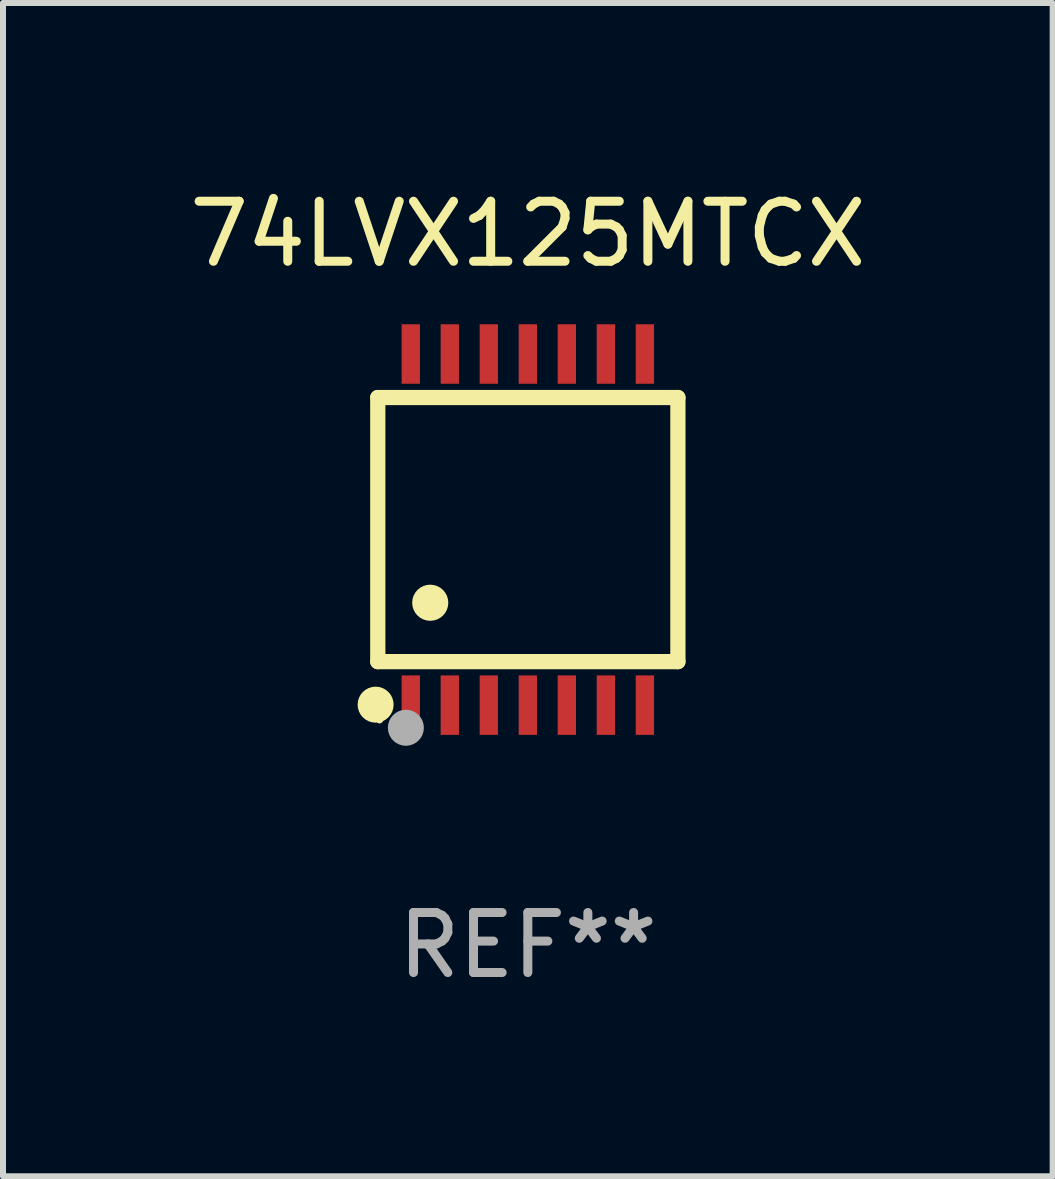
<source format=kicad_pcb>
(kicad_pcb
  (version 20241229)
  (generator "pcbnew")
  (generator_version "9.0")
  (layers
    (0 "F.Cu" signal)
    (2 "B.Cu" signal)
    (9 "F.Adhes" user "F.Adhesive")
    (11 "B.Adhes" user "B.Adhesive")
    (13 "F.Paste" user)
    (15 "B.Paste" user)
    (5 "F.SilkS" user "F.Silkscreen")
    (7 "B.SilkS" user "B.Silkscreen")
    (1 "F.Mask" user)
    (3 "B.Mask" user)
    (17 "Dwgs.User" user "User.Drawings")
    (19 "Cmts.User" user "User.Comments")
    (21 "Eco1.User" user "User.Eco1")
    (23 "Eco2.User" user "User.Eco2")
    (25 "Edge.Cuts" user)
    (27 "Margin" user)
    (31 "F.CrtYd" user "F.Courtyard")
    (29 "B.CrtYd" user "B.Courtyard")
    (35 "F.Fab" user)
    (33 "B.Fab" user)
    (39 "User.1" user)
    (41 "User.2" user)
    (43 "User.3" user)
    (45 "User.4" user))
  (footprint "74LVX125MTCX"
    (layer "F.Cu")
    (at 5.744 5.773)
    (property "Reference" "74LVX125MTCX" (at 0 -4.925 0) (layer "F.SilkS") (effects (font (size 1 1) (thickness 0.15))))
    (attr through_hole)
    (fp_line (start -2.5 2.2) (end -2.5 -2.2) (stroke (width 0.254) (type solid)) (layer "F.SilkS"))
    (fp_line (start -2.5 2.2) (end 2.5 2.2) (stroke (width 0.254) (type solid)) (layer "F.SilkS"))
    (fp_line (start 2.5 -2.2) (end -2.5 -2.2) (stroke (width 0.254) (type solid)) (layer "F.SilkS"))
    (fp_line (start 2.5 -2.2) (end 2.5 2.2) (stroke (width 0.254) (type solid)) (layer "F.SilkS"))
    (fp_circle (center -2.536 2.917) (end -2.386 2.917) (stroke (width 0.3) (type solid)) (fill no) (layer "F.SilkS"))
    (fp_circle (center -2.47 3.17) (end -2.44 3.17) (stroke (width 0.06) (type solid)) (fill no) (layer "F.SilkS"))
    (fp_circle (center -1.626 1.219) (end -1.475 1.219) (stroke (width 0.3) (type solid)) (fill no) (layer "F.SilkS"))
    (fp_circle (center -2.032 3.302) (end -1.882 3.302) (stroke (width 0.3) (type solid)) (fill no) (layer "F.Fab"))
    (fp_text user "REF**" (at 0 6.925 0) (layer "F.Fab") (effects (font (size 1 1) (thickness 0.15))))
    (pad "1" smd rect (at -1.95 2.925) (size 0.305 0.991) (layers "F.Cu" "F.Mask" "F.Paste"))
    (pad "2" smd rect (at -1.3 2.925) (size 0.305 0.991) (layers "F.Cu" "F.Mask" "F.Paste"))
    (pad "3" smd rect (at -0.65 2.925) (size 0.305 0.991) (layers "F.Cu" "F.Mask" "F.Paste"))
    (pad "4" smd rect (at 0 2.925) (size 0.305 0.991) (layers "F.Cu" "F.Mask" "F.Paste"))
    (pad "5" smd rect (at 0.65 2.925) (size 0.305 0.991) (layers "F.Cu" "F.Mask" "F.Paste"))
    (pad "6" smd rect (at 1.3 2.925) (size 0.305 0.991) (layers "F.Cu" "F.Mask" "F.Paste"))
    (pad "7" smd rect (at 1.95 2.925) (size 0.305 0.991) (layers "F.Cu" "F.Mask" "F.Paste"))
    (pad "8" smd rect (at 1.95 -2.925) (size 0.305 0.991) (layers "F.Cu" "F.Mask" "F.Paste"))
    (pad "9" smd rect (at 1.3 -2.925) (size 0.305 0.991) (layers "F.Cu" "F.Mask" "F.Paste"))
    (pad "10" smd rect (at 0.65 -2.925) (size 0.305 0.991) (layers "F.Cu" "F.Mask" "F.Paste"))
    (pad "11" smd rect (at 0 -2.925) (size 0.305 0.991) (layers "F.Cu" "F.Mask" "F.Paste"))
    (pad "12" smd rect (at -0.65 -2.925) (size 0.305 0.991) (layers "F.Cu" "F.Mask" "F.Paste"))
    (pad "13" smd rect (at -1.3 -2.925) (size 0.305 0.991) (layers "F.Cu" "F.Mask" "F.Paste"))
    (pad "14" smd rect (at -1.95 -2.925) (size 0.305 0.991) (layers "F.Cu" "F.Mask" "F.Paste")))
  (gr_rect
    (start -3 -3)
    (end 14.488 16.547)
    (stroke (width 0.1) (type default))
    (fill no)
    (layer "Edge.Cuts")))
</source>
